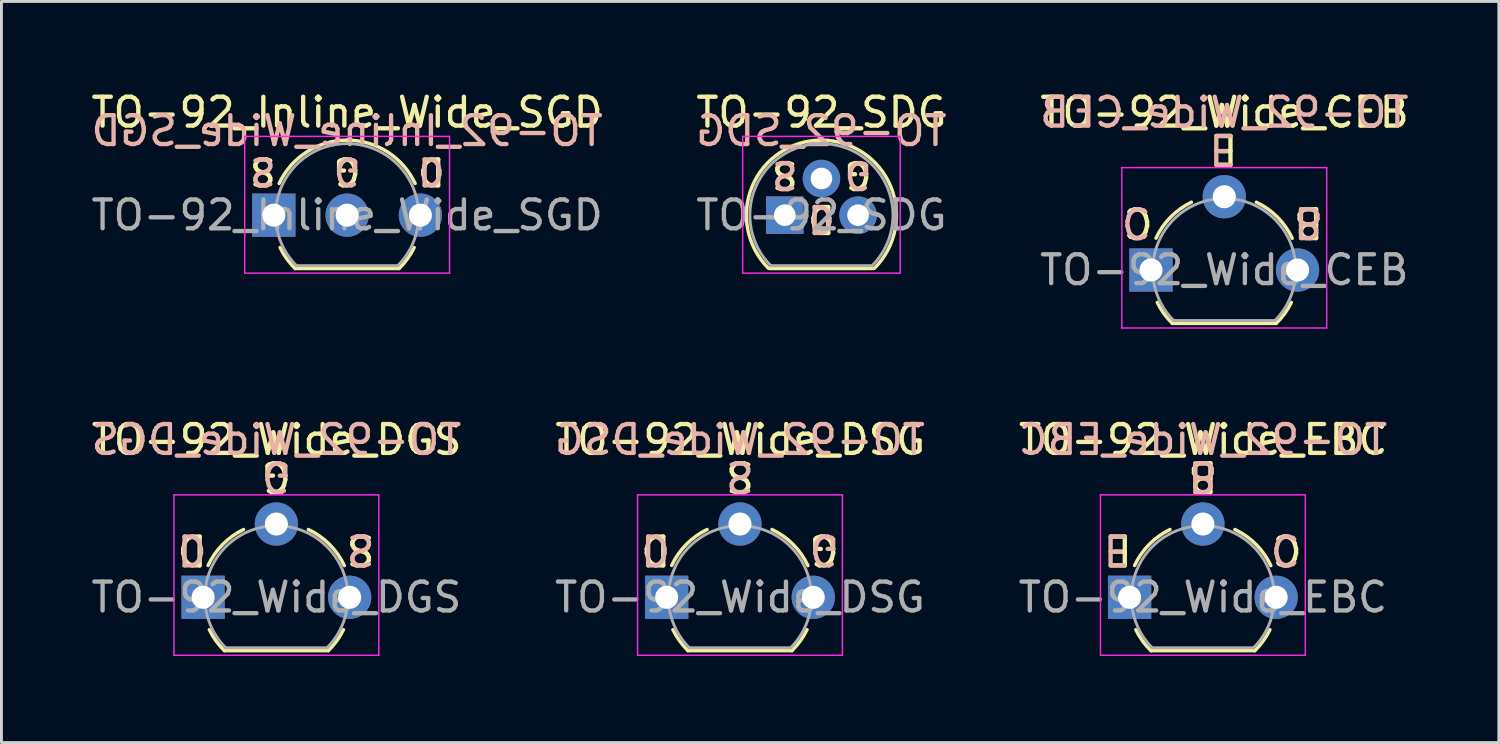
<source format=kicad_pcb>
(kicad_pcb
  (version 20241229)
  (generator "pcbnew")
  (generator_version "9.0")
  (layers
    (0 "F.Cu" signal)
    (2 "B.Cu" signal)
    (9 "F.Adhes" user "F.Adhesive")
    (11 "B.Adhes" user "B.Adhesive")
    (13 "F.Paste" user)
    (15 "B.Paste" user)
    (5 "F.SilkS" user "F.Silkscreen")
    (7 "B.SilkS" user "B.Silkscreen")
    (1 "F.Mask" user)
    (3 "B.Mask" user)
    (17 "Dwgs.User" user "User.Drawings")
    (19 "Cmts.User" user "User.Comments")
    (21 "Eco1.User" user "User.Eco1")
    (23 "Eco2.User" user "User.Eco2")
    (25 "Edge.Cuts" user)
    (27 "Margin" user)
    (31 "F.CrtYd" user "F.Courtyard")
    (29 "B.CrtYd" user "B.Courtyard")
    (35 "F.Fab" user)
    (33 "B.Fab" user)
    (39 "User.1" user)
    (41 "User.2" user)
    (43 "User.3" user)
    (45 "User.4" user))
  (footprint "TO-92_Inline_Wide_SGD"
    (layer "F.Cu")
    (at 6.442 4.408)
    (property "Reference" "TO-92_Inline_Wide_SGD" (at 2.54 -3.56 0) (layer "F.SilkS") (effects (font (size 1 1) (thickness 0.15))))
    (fp_line (start 0.74 1.85) (end 4.34 1.85) (stroke (width 0.12) (type solid)) (layer "F.SilkS"))
    (fp_arc (start 0.1836 -1.098807) (mid 1.143021 -2.192817) (end 2.54 -2.6) (stroke (width 0.12) (type solid)) (layer "F.SilkS"))
    (fp_arc (start 0.74 1.85) (mid 0.446097 1.509328) (end 0.215816 1.122795) (stroke (width 0.12) (type solid)) (layer "F.SilkS"))
    (fp_arc (start 2.54 -2.6) (mid 3.936979 -2.192818) (end 4.8964 -1.098807) (stroke (width 0.12) (type solid)) (layer "F.SilkS"))
    (fp_arc (start 4.864184 1.122795) (mid 4.633903 1.509328) (end 4.34 1.85) (stroke (width 0.12) (type solid)) (layer "F.SilkS"))
    (fp_line (start -1.01 -2.73) (end -1.01 2.01) (stroke (width 0.05) (type solid)) (layer "F.CrtYd"))
    (fp_line (start -1.01 -2.73) (end 6.09 -2.73) (stroke (width 0.05) (type solid)) (layer "F.CrtYd"))
    (fp_line (start 6.09 2.01) (end -1.01 2.01) (stroke (width 0.05) (type solid)) (layer "F.CrtYd"))
    (fp_line (start 6.09 2.01) (end 6.09 -2.73) (stroke (width 0.05) (type solid)) (layer "F.CrtYd"))
    (fp_line (start 0.8 1.75) (end 4.3 1.75) (stroke (width 0.1) (type solid)) (layer "F.Fab"))
    (fp_arc (start 0.786375 1.753625) (mid 0.248779 -0.949055) (end 2.54 -2.48) (stroke (width 0.1) (type solid)) (layer "F.Fab"))
    (fp_arc (start 2.54 -2.48) (mid 4.831221 -0.949055) (end 4.293625 1.753625) (stroke (width 0.1) (type solid)) (layer "F.Fab"))
    (fp_text user "S" (at -0.381 -1.524 180) (unlocked yes) (layer "F.SilkS") (effects (font (size 0.9 0.9) (thickness 0.15))))
    (fp_text user "G" (at 2.54 -1.524 180) (unlocked yes) (layer "F.SilkS") (effects (font (size 0.9 0.9) (thickness 0.15))))
    (fp_text user "D" (at 5.461 -1.524 180) (unlocked yes) (layer "F.SilkS") (effects (font (size 0.9 0.9) (thickness 0.15))))
    (fp_text user "S" (at -0.381 -1.524 180) (unlocked yes) (layer "B.SilkS") (effects (font (size 0.9 0.9) (thickness 0.15)) (justify mirror)))
    (fp_text user "D" (at 5.461 -1.524 180) (unlocked yes) (layer "B.SilkS") (effects (font (size 0.9 0.9) (thickness 0.15)) (justify mirror)))
    (fp_text user "${REFERENCE}" (at 2.54 -2.921 0) (layer "B.SilkS") (effects (font (size 1 1) (thickness 0.15)) (justify mirror)))
    (fp_text user "G" (at 2.54 -1.524 180) (unlocked yes) (layer "B.SilkS") (effects (font (size 0.9 0.9) (thickness 0.15)) (justify mirror)))
    (fp_text user "${REFERENCE}" (at 2.54 0 0) (layer "F.Fab") (effects (font (size 1 1) (thickness 0.15))))
    (pad "1" thru_hole rect (at 0 0 90) (size 1.5 1.5) (drill 0.8) (layers "*.Cu" "*.Mask"))
    (pad "2" thru_hole circle (at 2.54 0 90) (size 1.5 1.5) (drill 0.8) (layers "*.Cu" "*.Mask"))
    (pad "3" thru_hole circle (at 5.08 0 90) (size 1.5 1.5) (drill 0.8) (layers "*.Cu" "*.Mask")))
  (footprint "TO-92_Wide_DGS"
    (layer "F.Cu")
    (at 3.99 17.654)
    (property "Reference" "TO-92_Wide_DGS" (at 2.55 -5.461 0) (layer "F.SilkS") (effects (font (size 1 1) (thickness 0.15))))
    (fp_line (start 0.74 1.85) (end 4.34 1.85) (stroke (width 0.12) (type solid)) (layer "F.SilkS"))
    (fp_arc (start 0.172801 -1.103842) (mid 0.678995 -1.832692) (end 1.4 -2.35) (stroke (width 0.12) (type solid)) (layer "F.SilkS"))
    (fp_arc (start 0.74 1.85) (mid 0.446097 1.509328) (end 0.215816 1.122795) (stroke (width 0.12) (type solid)) (layer "F.SilkS"))
    (fp_arc (start 3.65 -2.35) (mid 4.382279 -1.833196) (end 4.895458 -1.098371) (stroke (width 0.12) (type solid)) (layer "F.SilkS"))
    (fp_arc (start 4.864184 1.122795) (mid 4.633903 1.509328) (end 4.34 1.85) (stroke (width 0.12) (type solid)) (layer "F.SilkS"))
    (fp_line (start -1.01 -3.55) (end -1.01 2.01) (stroke (width 0.05) (type solid)) (layer "F.CrtYd"))
    (fp_line (start -1.01 -3.55) (end 6.09 -3.55) (stroke (width 0.05) (type solid)) (layer "F.CrtYd"))
    (fp_line (start 6.09 2.01) (end -1.01 2.01) (stroke (width 0.05) (type solid)) (layer "F.CrtYd"))
    (fp_line (start 6.09 2.01) (end 6.09 -3.55) (stroke (width 0.05) (type solid)) (layer "F.CrtYd"))
    (fp_line (start 0.8 1.75) (end 4.3 1.75) (stroke (width 0.1) (type solid)) (layer "F.Fab"))
    (fp_arc (start 0.786375 1.753625) (mid 0.248779 -0.949055) (end 2.54 -2.48) (stroke (width 0.1) (type solid)) (layer "F.Fab"))
    (fp_arc (start 2.54 -2.48) (mid 4.831221 -0.949055) (end 4.293625 1.753625) (stroke (width 0.1) (type solid)) (layer "F.Fab"))
    (fp_text user "G" (at 2.54 -4.191 180) (unlocked yes) (layer "F.SilkS") (effects (font (size 1 1) (thickness 0.15))))
    (fp_text user "D" (at -0.381 -1.651 180) (unlocked yes) (layer "F.SilkS") (effects (font (size 1 1) (thickness 0.15))))
    (fp_text user "S" (at 5.461 -1.651 180) (unlocked yes) (layer "F.SilkS") (effects (font (size 1 1) (thickness 0.15))))
    (fp_text user "S" (at 5.461 -1.651 180) (unlocked yes) (layer "B.SilkS") (effects (font (size 1 1) (thickness 0.15)) (justify mirror)))
    (fp_text user "D" (at -0.381 -1.651 180) (unlocked yes) (layer "B.SilkS") (effects (font (size 1 1) (thickness 0.15)) (justify mirror)))
    (fp_text user "G" (at 2.54 -4.191 180) (unlocked yes) (layer "B.SilkS") (effects (font (size 1 1) (thickness 0.15)) (justify mirror)))
    (fp_text user "${REFERENCE}" (at 2.54 -5.461 0) (layer "B.SilkS") (effects (font (size 1 1) (thickness 0.15)) (justify mirror)))
    (fp_text user "${REFERENCE}" (at 2.54 0 0) (layer "F.Fab") (effects (font (size 1 1) (thickness 0.15))))
    (pad "1" thru_hole rect (at 0 0 90) (size 1.5 1.5) (drill 0.8) (layers "*.Cu" "*.Mask"))
    (pad "2" thru_hole circle (at 2.54 -2.54 90) (size 1.5 1.5) (drill 0.8) (layers "*.Cu" "*.Mask"))
    (pad "3" thru_hole circle (at 5.08 0 90) (size 1.5 1.5) (drill 0.8) (layers "*.Cu" "*.Mask")))
  (footprint "TO-92_Wide_DSG"
    (layer "F.Cu")
    (at 20.059 17.654)
    (property "Reference" "TO-92_Wide_DSG" (at 2.55 -5.461 0) (layer "F.SilkS") (effects (font (size 1 1) (thickness 0.15))))
    (fp_line (start 0.74 1.85) (end 4.34 1.85) (stroke (width 0.12) (type solid)) (layer "F.SilkS"))
    (fp_arc (start 0.172801 -1.103842) (mid 0.678995 -1.832692) (end 1.4 -2.35) (stroke (width 0.12) (type solid)) (layer "F.SilkS"))
    (fp_arc (start 0.74 1.85) (mid 0.446097 1.509328) (end 0.215816 1.122795) (stroke (width 0.12) (type solid)) (layer "F.SilkS"))
    (fp_arc (start 3.65 -2.35) (mid 4.382279 -1.833196) (end 4.895458 -1.098371) (stroke (width 0.12) (type solid)) (layer "F.SilkS"))
    (fp_arc (start 4.864184 1.122795) (mid 4.633903 1.509328) (end 4.34 1.85) (stroke (width 0.12) (type solid)) (layer "F.SilkS"))
    (fp_line (start -1.01 -3.55) (end -1.01 2.01) (stroke (width 0.05) (type solid)) (layer "F.CrtYd"))
    (fp_line (start -1.01 -3.55) (end 6.09 -3.55) (stroke (width 0.05) (type solid)) (layer "F.CrtYd"))
    (fp_line (start 6.09 2.01) (end -1.01 2.01) (stroke (width 0.05) (type solid)) (layer "F.CrtYd"))
    (fp_line (start 6.09 2.01) (end 6.09 -3.55) (stroke (width 0.05) (type solid)) (layer "F.CrtYd"))
    (fp_line (start 0.8 1.75) (end 4.3 1.75) (stroke (width 0.1) (type solid)) (layer "F.Fab"))
    (fp_arc (start 0.786375 1.753625) (mid 0.248779 -0.949055) (end 2.54 -2.48) (stroke (width 0.1) (type solid)) (layer "F.Fab"))
    (fp_arc (start 2.54 -2.48) (mid 4.831221 -0.949055) (end 4.293625 1.753625) (stroke (width 0.1) (type solid)) (layer "F.Fab"))
    (fp_text user "G" (at 5.461 -1.651 180) (unlocked yes) (layer "F.SilkS") (effects (font (size 1 1) (thickness 0.15))))
    (fp_text user "D" (at -0.381 -1.651 180) (unlocked yes) (layer "F.SilkS") (effects (font (size 1 1) (thickness 0.15))))
    (fp_text user "S" (at 2.54 -4.191 180) (unlocked yes) (layer "F.SilkS") (effects (font (size 1 1) (thickness 0.15))))
    (fp_text user "D" (at -0.381 -1.651 180) (unlocked yes) (layer "B.SilkS") (effects (font (size 1 1) (thickness 0.15)) (justify mirror)))
    (fp_text user "${REFERENCE}" (at 2.54 -5.461 0) (layer "B.SilkS") (effects (font (size 1 1) (thickness 0.15)) (justify mirror)))
    (fp_text user "S" (at 2.54 -4.191 180) (unlocked yes) (layer "B.SilkS") (effects (font (size 1 1) (thickness 0.15)) (justify mirror)))
    (fp_text user "G" (at 5.461 -1.651 180) (unlocked yes) (layer "B.SilkS") (effects (font (size 1 1) (thickness 0.15)) (justify mirror)))
    (fp_text user "${REFERENCE}" (at 2.54 0 0) (layer "F.Fab") (effects (font (size 1 1) (thickness 0.15))))
    (pad "1" thru_hole rect (at 0 0 90) (size 1.5 1.5) (drill 0.8) (layers "*.Cu" "*.Mask"))
    (pad "2" thru_hole circle (at 2.54 -2.54 90) (size 1.5 1.5) (drill 0.8) (layers "*.Cu" "*.Mask"))
    (pad "3" thru_hole circle (at 5.08 0 90) (size 1.5 1.5) (drill 0.8) (layers "*.Cu" "*.Mask")))
  (footprint "TO-92_Wide_CEB"
    (layer "F.Cu")
    (at 36.847 6.309)
    (property "Reference" "TO-92_Wide_CEB" (at 2.55 -5.461 0) (layer "F.SilkS") (effects (font (size 1 1) (thickness 0.15))))
    (fp_line (start 0.74 1.85) (end 4.34 1.85) (stroke (width 0.12) (type solid)) (layer "F.SilkS"))
    (fp_arc (start 0.172801 -1.103842) (mid 0.678995 -1.832692) (end 1.4 -2.35) (stroke (width 0.12) (type solid)) (layer "F.SilkS"))
    (fp_arc (start 0.74 1.85) (mid 0.446097 1.509328) (end 0.215816 1.122795) (stroke (width 0.12) (type solid)) (layer "F.SilkS"))
    (fp_arc (start 3.65 -2.35) (mid 4.382279 -1.833196) (end 4.895458 -1.098371) (stroke (width 0.12) (type solid)) (layer "F.SilkS"))
    (fp_arc (start 4.864184 1.122795) (mid 4.633903 1.509328) (end 4.34 1.85) (stroke (width 0.12) (type solid)) (layer "F.SilkS"))
    (fp_line (start -1.01 -3.55) (end -1.01 2.01) (stroke (width 0.05) (type solid)) (layer "F.CrtYd"))
    (fp_line (start -1.01 -3.55) (end 6.09 -3.55) (stroke (width 0.05) (type solid)) (layer "F.CrtYd"))
    (fp_line (start 6.09 2.01) (end -1.01 2.01) (stroke (width 0.05) (type solid)) (layer "F.CrtYd"))
    (fp_line (start 6.09 2.01) (end 6.09 -3.55) (stroke (width 0.05) (type solid)) (layer "F.CrtYd"))
    (fp_line (start 0.8 1.75) (end 4.3 1.75) (stroke (width 0.1) (type solid)) (layer "F.Fab"))
    (fp_arc (start 0.786375 1.753625) (mid 0.248779 -0.949055) (end 2.54 -2.48) (stroke (width 0.1) (type solid)) (layer "F.Fab"))
    (fp_arc (start 2.54 -2.48) (mid 4.831221 -0.949055) (end 4.293625 1.753625) (stroke (width 0.1) (type solid)) (layer "F.Fab"))
    (fp_text user "E" (at 2.54 -4.191 180) (unlocked yes) (layer "F.SilkS") (effects (font (size 1 1) (thickness 0.15))))
    (fp_text user "B" (at 5.461 -1.651 180) (unlocked yes) (layer "F.SilkS") (effects (font (size 1 1) (thickness 0.15))))
    (fp_text user "C" (at -0.445 -1.651 180) (unlocked yes) (layer "F.SilkS") (effects (font (size 1 1) (thickness 0.15))))
    (fp_text user "B" (at 5.461 -1.651 180) (unlocked yes) (layer "B.SilkS") (effects (font (size 1 1) (thickness 0.15)) (justify mirror)))
    (fp_text user "C" (at -0.508 -1.651 180) (unlocked yes) (layer "B.SilkS") (effects (font (size 1 1) (thickness 0.15)) (justify mirror)))
    (fp_text user "E" (at 2.477 -4.191 180) (unlocked yes) (layer "B.SilkS") (effects (font (size 1 1) (thickness 0.15)) (justify mirror)))
    (fp_text user "${REFERENCE}" (at 2.54 -5.461 0) (layer "B.SilkS") (effects (font (size 1 1) (thickness 0.15)) (justify mirror)))
    (fp_text user "${REFERENCE}" (at 2.54 0 0) (layer "F.Fab") (effects (font (size 1 1) (thickness 0.15))))
    (pad "1" thru_hole rect (at 0 0 90) (size 1.5 1.5) (drill 0.8) (layers "*.Cu" "*.Mask"))
    (pad "2" thru_hole circle (at 2.54 -2.54 90) (size 1.5 1.5) (drill 0.8) (layers "*.Cu" "*.Mask"))
    (pad "3" thru_hole circle (at 5.08 0 90) (size 1.5 1.5) (drill 0.8) (layers "*.Cu" "*.Mask")))
  (footprint "TO-92_Wide_EBC"
    (layer "F.Cu")
    (at 36.105 17.654)
    (property "Reference" "TO-92_Wide_EBC" (at 2.55 -5.461 0) (layer "F.SilkS") (effects (font (size 1 1) (thickness 0.15))))
    (fp_line (start 0.74 1.85) (end 4.34 1.85) (stroke (width 0.12) (type solid)) (layer "F.SilkS"))
    (fp_arc (start 0.172801 -1.103842) (mid 0.678995 -1.832692) (end 1.4 -2.35) (stroke (width 0.12) (type solid)) (layer "F.SilkS"))
    (fp_arc (start 0.74 1.85) (mid 0.446097 1.509328) (end 0.215816 1.122795) (stroke (width 0.12) (type solid)) (layer "F.SilkS"))
    (fp_arc (start 3.65 -2.35) (mid 4.382279 -1.833196) (end 4.895458 -1.098371) (stroke (width 0.12) (type solid)) (layer "F.SilkS"))
    (fp_arc (start 4.864184 1.122795) (mid 4.633903 1.509328) (end 4.34 1.85) (stroke (width 0.12) (type solid)) (layer "F.SilkS"))
    (fp_line (start -1.01 -3.55) (end -1.01 2.01) (stroke (width 0.05) (type solid)) (layer "F.CrtYd"))
    (fp_line (start -1.01 -3.55) (end 6.09 -3.55) (stroke (width 0.05) (type solid)) (layer "F.CrtYd"))
    (fp_line (start 6.09 2.01) (end -1.01 2.01) (stroke (width 0.05) (type solid)) (layer "F.CrtYd"))
    (fp_line (start 6.09 2.01) (end 6.09 -3.55) (stroke (width 0.05) (type solid)) (layer "F.CrtYd"))
    (fp_line (start 0.8 1.75) (end 4.3 1.75) (stroke (width 0.1) (type solid)) (layer "F.Fab"))
    (fp_arc (start 0.786375 1.753625) (mid 0.248779 -0.949055) (end 2.54 -2.48) (stroke (width 0.1) (type solid)) (layer "F.Fab"))
    (fp_arc (start 2.54 -2.48) (mid 4.831221 -0.949055) (end 4.293625 1.753625) (stroke (width 0.1) (type solid)) (layer "F.Fab"))
    (fp_text user "B" (at 2.54 -4.191 180) (unlocked yes) (layer "F.SilkS") (effects (font (size 1 1) (thickness 0.15))))
    (fp_text user "E" (at -0.381 -1.651 180) (unlocked yes) (layer "F.SilkS") (effects (font (size 1 1) (thickness 0.15))))
    (fp_text user "C" (at 5.461 -1.651 180) (unlocked yes) (layer "F.SilkS") (effects (font (size 1 1) (thickness 0.15))))
    (fp_text user "C" (at 5.397 -1.651 180) (unlocked yes) (layer "B.SilkS") (effects (font (size 1 1) (thickness 0.15)) (justify mirror)))
    (fp_text user "${REFERENCE}" (at 2.54 -5.461 0) (layer "B.SilkS") (effects (font (size 1 1) (thickness 0.15)) (justify mirror)))
    (fp_text user "E" (at -0.445 -1.651 180) (unlocked yes) (layer "B.SilkS") (effects (font (size 1 1) (thickness 0.15)) (justify mirror)))
    (fp_text user "B" (at 2.54 -4.191 180) (unlocked yes) (layer "B.SilkS") (effects (font (size 1 1) (thickness 0.15)) (justify mirror)))
    (fp_text user "${REFERENCE}" (at 2.54 0 0) (layer "F.Fab") (effects (font (size 1 1) (thickness 0.15))))
    (pad "1" thru_hole rect (at 0 0 90) (size 1.5 1.5) (drill 0.8) (layers "*.Cu" "*.Mask"))
    (pad "2" thru_hole circle (at 2.54 -2.54 90) (size 1.5 1.5) (drill 0.8) (layers "*.Cu" "*.Mask"))
    (pad "3" thru_hole circle (at 5.08 0 90) (size 1.5 1.5) (drill 0.8) (layers "*.Cu" "*.Mask")))
  (footprint "TO-92_SDG"
    (layer "F.Cu")
    (at 24.153 4.408)
    (property "Reference" "TO-92_SDG" (at 1.27 -3.56 0) (layer "F.SilkS") (effects (font (size 1 1) (thickness 0.15))))
    (fp_line (start -0.53 1.85) (end 3.07 1.85) (stroke (width 0.12) (type solid)) (layer "F.SilkS"))
    (fp_arc (start -0.568478 1.838478) (mid -1.132087 -0.994977) (end 1.27 -2.6) (stroke (width 0.12) (type solid)) (layer "F.SilkS"))
    (fp_arc (start 1.27 -2.6) (mid 3.672087 -0.994977) (end 3.108478 1.838478) (stroke (width 0.12) (type solid)) (layer "F.SilkS"))
    (fp_line (start -1.46 -2.73) (end -1.46 2.01) (stroke (width 0.05) (type solid)) (layer "F.CrtYd"))
    (fp_line (start -1.46 -2.73) (end 4 -2.73) (stroke (width 0.05) (type solid)) (layer "F.CrtYd"))
    (fp_line (start 4 2.01) (end -1.46 2.01) (stroke (width 0.05) (type solid)) (layer "F.CrtYd"))
    (fp_line (start 4 2.01) (end 4 -2.73) (stroke (width 0.05) (type solid)) (layer "F.CrtYd"))
    (fp_line (start -0.5 1.75) (end 3 1.75) (stroke (width 0.1) (type solid)) (layer "F.Fab"))
    (fp_arc (start -0.483625 1.753625) (mid -1.021221 -0.949055) (end 1.27 -2.48) (stroke (width 0.1) (type solid)) (layer "F.Fab"))
    (fp_arc (start 1.27 -2.48) (mid 3.561221 -0.949055) (end 3.023625 1.753625) (stroke (width 0.1) (type solid)) (layer "F.Fab"))
    (fp_text user "S" (at 0 -1.397 180) (unlocked yes) (layer "F.SilkS") (effects (font (size 0.9 0.9) (thickness 0.15))))
    (fp_text user "G" (at 2.54 -1.397 180) (unlocked yes) (layer "F.SilkS") (effects (font (size 0.9 0.9) (thickness 0.15))))
    (fp_text user "D" (at 1.27 0.127 180) (unlocked yes) (layer "F.SilkS") (effects (font (size 0.9 0.9) (thickness 0.15))))
    (fp_text user "G" (at 2.54 -1.397 180) (unlocked yes) (layer "B.SilkS") (effects (font (size 0.9 0.9) (thickness 0.15)) (justify mirror)))
    (fp_text user "D" (at 1.27 0.127 180) (unlocked yes) (layer "B.SilkS") (effects (font (size 0.9 0.9) (thickness 0.15)) (justify mirror)))
    (fp_text user "S" (at 0 -1.397 180) (unlocked yes) (layer "B.SilkS") (effects (font (size 0.9 0.9) (thickness 0.15)) (justify mirror)))
    (fp_text user "${REFERENCE}" (at 1.27 -2.921 0) (layer "B.SilkS") (effects (font (size 1 1) (thickness 0.15)) (justify mirror)))
    (fp_text user "${REFERENCE}" (at 1.27 0 0) (layer "F.Fab") (effects (font (size 1 1) (thickness 0.15))))
    (pad "1" thru_hole rect (at 0 0 90) (size 1.3 1.3) (drill 0.75) (layers "*.Cu" "*.Mask"))
    (pad "2" thru_hole circle (at 1.27 -1.27 90) (size 1.3 1.3) (drill 0.75) (layers "*.Cu" "*.Mask"))
    (pad "3" thru_hole circle (at 2.54 0 90) (size 1.3 1.3) (drill 0.75) (layers "*.Cu" "*.Mask")))
  (gr_rect
    (start -3 -3)
    (end 48.903 22.689)
    (stroke (width 0.1) (type default))
    (fill no)
    (layer "Edge.Cuts")))
</source>
